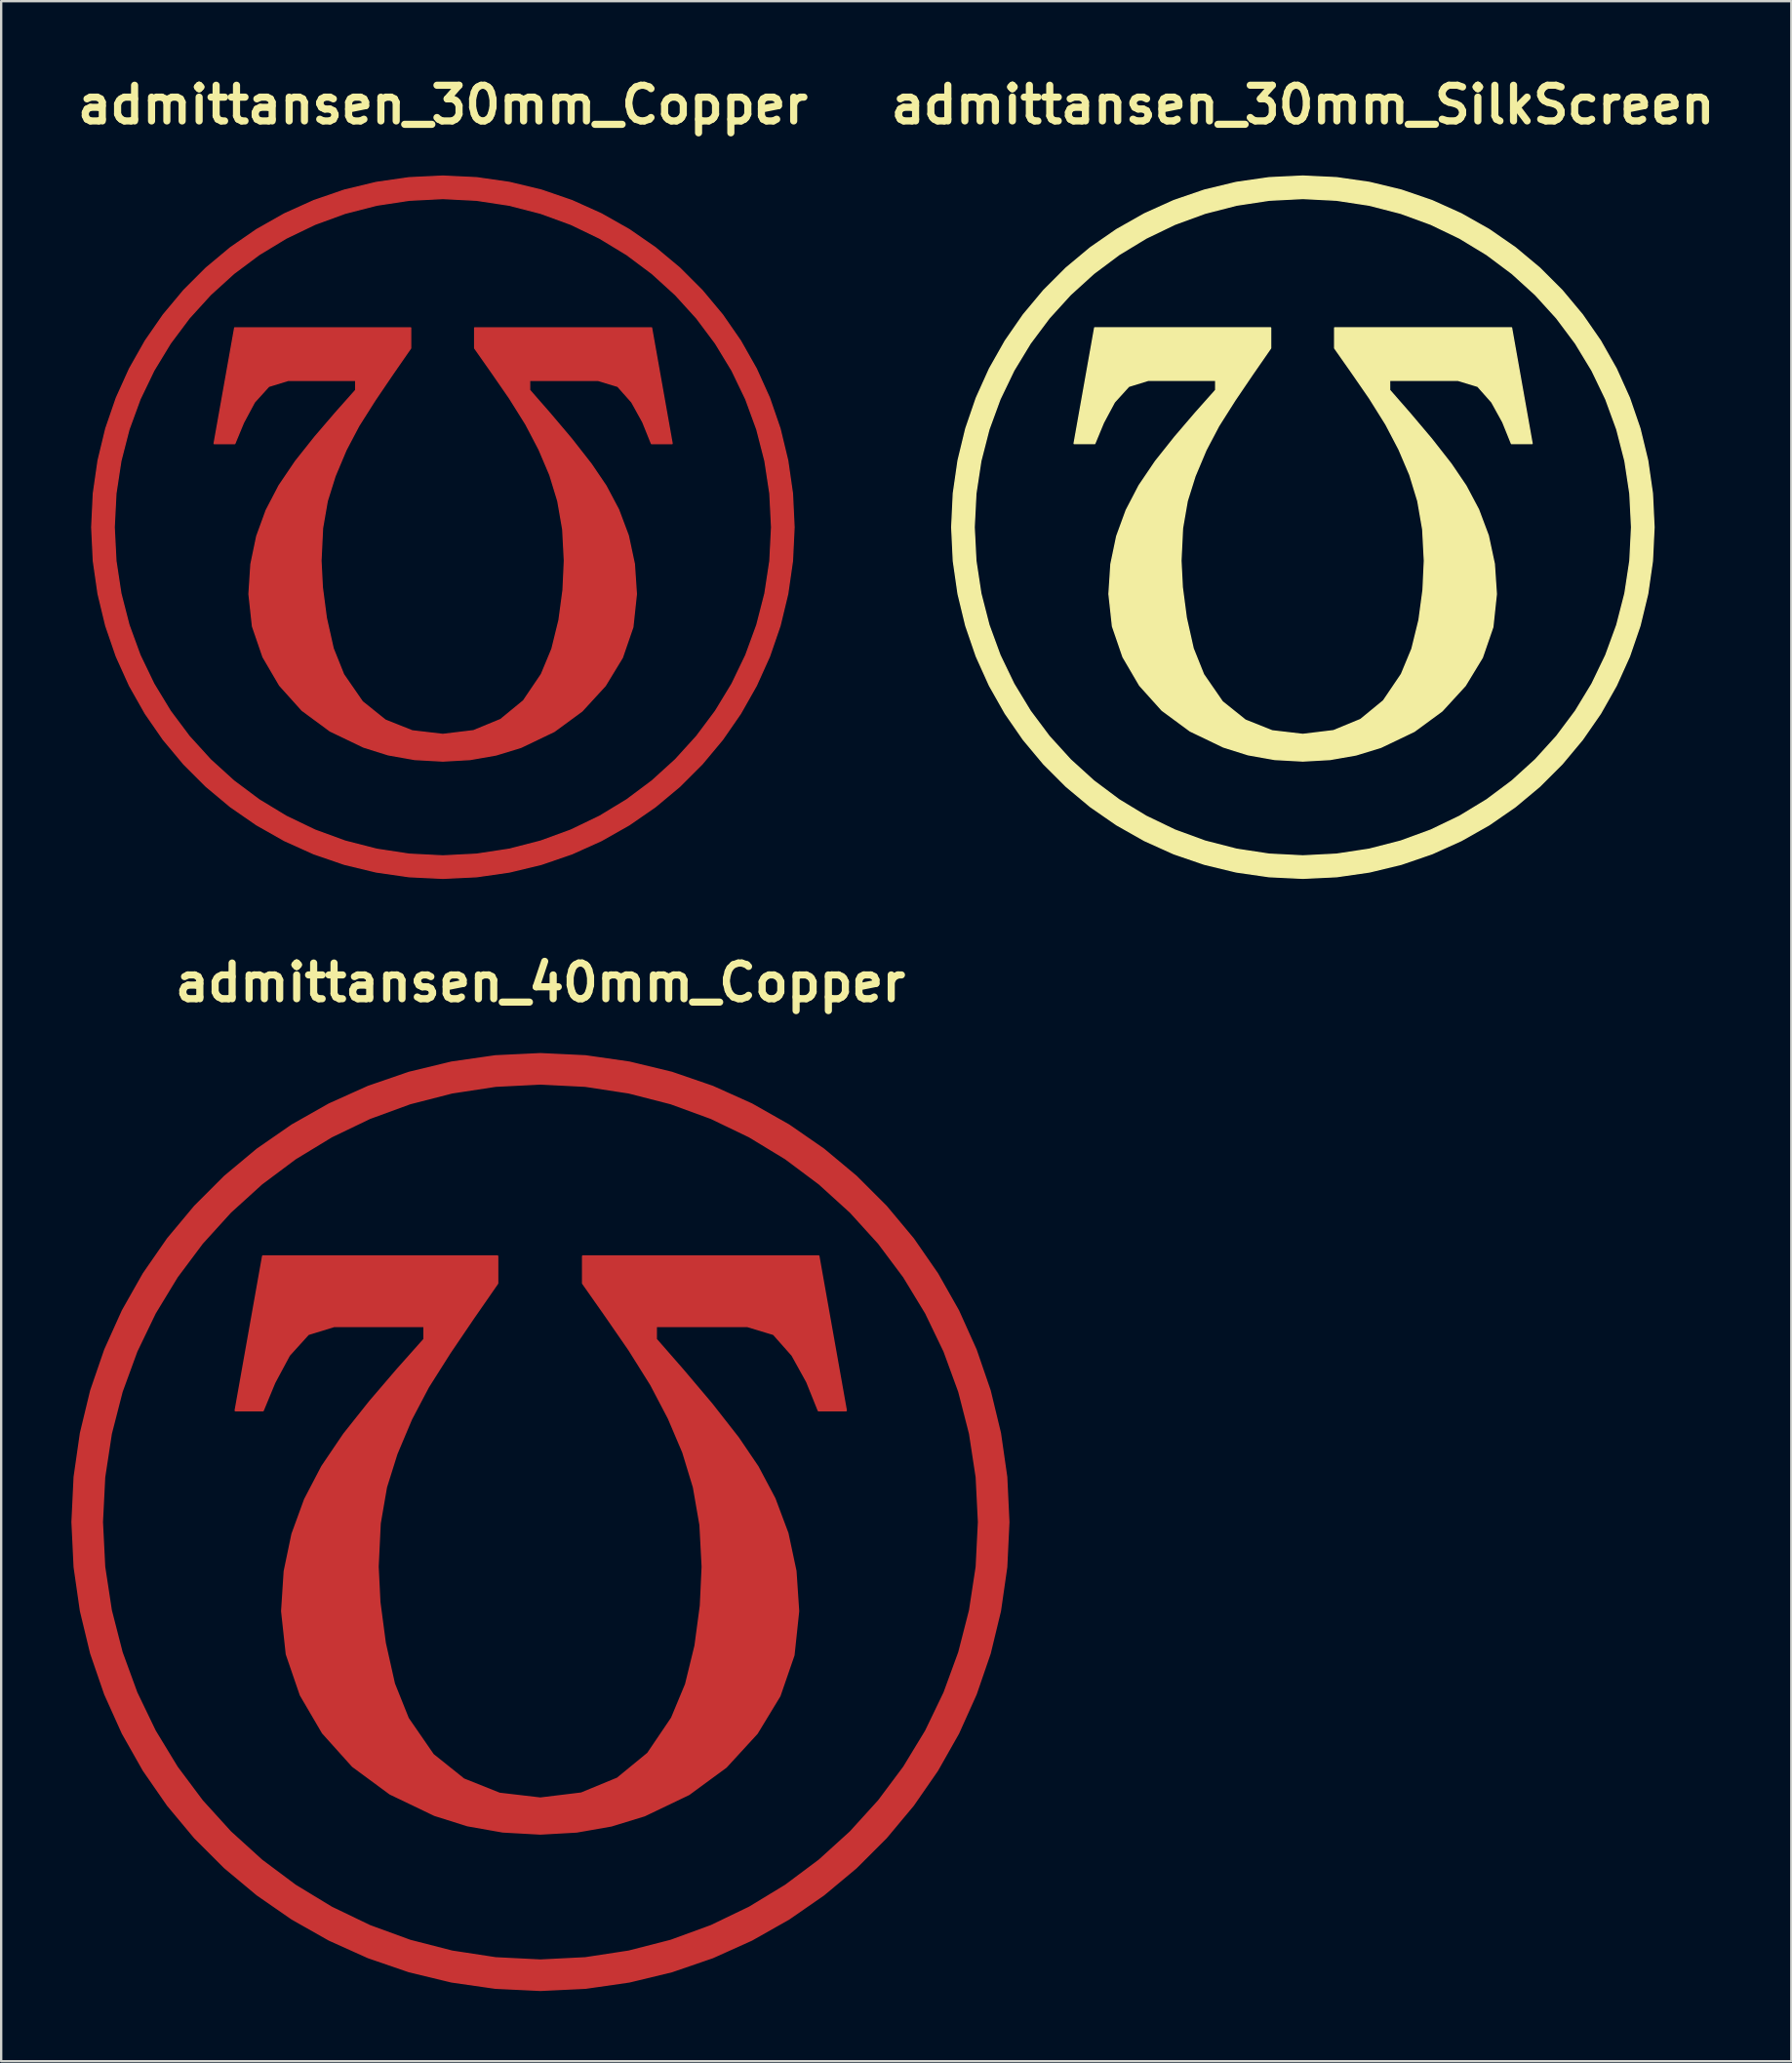
<source format=kicad_pcb>
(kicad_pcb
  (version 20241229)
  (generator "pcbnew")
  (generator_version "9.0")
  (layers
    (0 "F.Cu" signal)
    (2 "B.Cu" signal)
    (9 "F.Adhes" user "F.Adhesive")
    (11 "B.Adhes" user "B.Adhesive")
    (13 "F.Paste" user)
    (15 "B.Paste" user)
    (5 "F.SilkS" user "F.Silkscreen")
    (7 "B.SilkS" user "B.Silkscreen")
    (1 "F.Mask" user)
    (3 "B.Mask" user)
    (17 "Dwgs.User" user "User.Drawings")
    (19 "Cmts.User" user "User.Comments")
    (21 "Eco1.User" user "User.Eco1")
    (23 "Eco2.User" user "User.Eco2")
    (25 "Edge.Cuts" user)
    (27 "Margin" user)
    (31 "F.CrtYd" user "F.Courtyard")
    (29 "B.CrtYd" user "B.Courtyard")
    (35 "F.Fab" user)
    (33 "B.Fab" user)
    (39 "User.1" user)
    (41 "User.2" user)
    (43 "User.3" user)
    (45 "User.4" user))
  (footprint "admittansen_40mm_Copper"
    (layer "F.Cu")
    (at 20.038 61.978)
    (property "Reference" "admittansen_40mm_Copper" (at 0 -23.048 0) (layer "F.SilkS") (effects (font (size 1.524 1.524) (thickness 0.305))))
    (attr exclude_from_pos_files exclude_from_bom)
    (fp_poly (pts (xy -13.028 -4.766) (xy -11.856 -11.355) (xy -1.838 -11.355) (xy -1.838 -10.2) (xy -2.865 -8.719) (xy -3.876 -7.228) (xy -4.797 -5.772) (xy -5.523 -4.393) (xy -6.147 -2.911) (xy -6.593 -1.489) (xy -6.86 0.056) (xy -6.949 1.907) (xy -6.873 3.427) (xy -6.643 5.167) (xy -6.253 6.908) (xy -5.659 8.393) (xy -4.589 9.943) (xy -3.281 10.991) (xy -1.749 11.603) (xy -0.004 11.807) (xy 1.745 11.594) (xy 3.29 10.957) (xy 4.593 9.888) (xy 5.616 8.376) (xy 6.215 6.933) (xy 6.618 5.286) (xy 6.847 3.575) (xy 6.924 1.907) (xy 6.83 0.124) (xy 6.55 -1.489) (xy 6.096 -2.979) (xy 5.481 -4.427) (xy 4.729 -5.862) (xy 3.799 -7.347) (xy 2.785 -8.816) (xy 1.813 -10.2) (xy 1.813 -11.355) (xy 11.882 -11.355) (xy 13.054 -4.766) (xy 11.882 -4.766) (xy 11.39 -5.989) (xy 10.761 -7.127) (xy 9.963 -8.027) (xy 8.843 -8.366) (xy 4.937 -8.366) (xy 4.937 -7.806) (xy 6.083 -6.494) (xy 7.314 -5.038) (xy 8.444 -3.595) (xy 9.284 -2.355) (xy 10.002 -1.001) (xy 10.558 0.481) (xy 10.901 2.094) (xy 11.016 3.809) (xy 10.817 5.689) (xy 10.218 7.426) (xy 9.246 9.026) (xy 7.926 10.465) (xy 6.342 11.628) (xy 4.445 12.537) (xy 3.03 12.971) (xy 1.547 13.231) (xy -0.004 13.318) (xy -1.608 13.229) (xy -3.113 12.963) (xy -4.521 12.52) (xy -6.423 11.607) (xy -8.019 10.431) (xy -9.297 9.009) (xy -10.243 7.392) (xy -10.842 5.647) (xy -11.041 3.809) (xy -10.931 2.102) (xy -10.6 0.515) (xy -10.061 -0.963) (xy -9.326 -2.372) (xy -8.392 -3.752) (xy -7.289 -5.14) (xy -6.121 -6.503) (xy -4.962 -7.806) (xy -4.962 -8.366) (xy -8.817 -8.366) (xy -9.921 -8.027) (xy -10.736 -7.127) (xy -11.364 -5.955) (xy -11.856 -4.766) (xy -13.028 -4.766) (xy -13.028 -4.766)) (stroke (width 0.08) (type solid)) (fill yes) (layer "F.Cu"))
    (fp_poly (pts (xy 0 -20) (xy 0 -18.725) (xy 1.916 -18.629) (xy 3.776 -18.345) (xy 5.571 -17.884) (xy 7.292 -17.255) (xy 8.929 -16.467) (xy 10.473 -15.529) (xy 11.914 -14.452) (xy 13.244 -13.244) (xy 14.452 -11.914) (xy 15.529 -10.473) (xy 16.467 -8.929) (xy 17.255 -7.292) (xy 17.884 -5.571) (xy 18.345 -3.776) (xy 18.629 -1.916) (xy 18.725 0) (xy 18.629 1.916) (xy 18.345 3.776) (xy 17.884 5.571) (xy 17.255 7.292) (xy 16.467 8.929) (xy 15.529 10.473) (xy 14.452 11.914) (xy 13.244 13.244) (xy 11.914 14.452) (xy 10.473 15.529) (xy 8.929 16.467) (xy 7.292 17.255) (xy 5.571 17.884) (xy 3.776 18.345) (xy 1.916 18.629) (xy 0 18.725) (xy -1.916 18.629) (xy -3.776 18.345) (xy -5.571 17.884) (xy -7.292 17.255) (xy -8.929 16.467) (xy -10.473 15.529) (xy -11.914 14.452) (xy -13.244 13.244) (xy -14.452 11.914) (xy -15.529 10.473) (xy -16.467 8.929) (xy -17.255 7.292) (xy -17.884 5.571) (xy -18.345 3.776) (xy -18.629 1.916) (xy -18.725 0) (xy -18.629 -1.916) (xy -18.345 -3.776) (xy -17.884 -5.571) (xy -17.255 -7.292) (xy -16.467 -8.929) (xy -15.529 -10.473) (xy -14.452 -11.914) (xy -13.244 -13.244) (xy -11.914 -14.452) (xy -10.473 -15.529) (xy -8.929 -16.467) (xy -7.292 -17.255) (xy -5.571 -17.884) (xy -3.776 -18.345) (xy -1.916 -18.629) (xy 0 -18.725) (xy 0 -20) (xy -1.925 -19.908) (xy -3.798 -19.639) (xy -5.612 -19.201) (xy -7.357 -18.601) (xy -9.026 -17.85) (xy -10.609 -16.954) (xy -12.099 -15.922) (xy -13.486 -14.764) (xy -14.764 -13.486) (xy -15.922 -12.099) (xy -16.954 -10.609) (xy -17.85 -9.026) (xy -18.601 -7.357) (xy -19.201 -5.612) (xy -19.639 -3.798) (xy -19.908 -1.925) (xy -20 0) (xy -19.908 1.925) (xy -19.639 3.798) (xy -19.201 5.612) (xy -18.601 7.357) (xy -17.85 9.026) (xy -16.954 10.609) (xy -15.922 12.099) (xy -14.764 13.486) (xy -13.486 14.764) (xy -12.099 15.922) (xy -10.609 16.954) (xy -9.026 17.85) (xy -7.357 18.601) (xy -5.612 19.201) (xy -3.798 19.639) (xy -1.925 19.908) (xy 0 20) (xy 1.925 19.908) (xy 3.798 19.639) (xy 5.612 19.201) (xy 7.357 18.601) (xy 9.026 17.85) (xy 10.609 16.954) (xy 12.099 15.922) (xy 13.486 14.764) (xy 14.764 13.486) (xy 15.922 12.099) (xy 16.954 10.609) (xy 17.85 9.026) (xy 18.601 7.357) (xy 19.201 5.612) (xy 19.639 3.798) (xy 19.908 1.925) (xy 20 0) (xy 19.908 -1.925) (xy 19.639 -3.798) (xy 19.201 -5.612) (xy 18.601 -7.357) (xy 17.85 -9.026) (xy 16.954 -10.609) (xy 15.922 -12.099) (xy 14.764 -13.486) (xy 13.486 -14.764) (xy 12.099 -15.922) (xy 10.609 -16.954) (xy 9.026 -17.85) (xy 7.357 -18.601) (xy 5.612 -19.201) (xy 3.798 -19.639) (xy 1.925 -19.908) (xy 0 -20)) (stroke (width 0.076) (type solid)) (fill yes) (layer "F.Cu")))
  (footprint "admittansen_30mm_Copper"
    (layer "F.Cu")
    (at 15.871 19.475)
    (property "Reference" "admittansen_30mm_Copper" (at 0 -18.048 0) (layer "F.SilkS") (effects (font (size 1.524 1.524) (thickness 0.305))))
    (attr exclude_from_pos_files exclude_from_bom)
    (fp_poly (pts (xy -9.771 -3.575) (xy -8.892 -8.516) (xy -1.379 -8.516) (xy -1.379 -7.65) (xy -2.149 -6.539) (xy -2.907 -5.421) (xy -3.598 -4.329) (xy -4.142 -3.295) (xy -4.61 -2.183) (xy -4.944 -1.117) (xy -5.145 0.042) (xy -5.212 1.43) (xy -5.154 2.57) (xy -4.983 3.875) (xy -4.69 5.181) (xy -4.244 6.295) (xy -3.442 7.457) (xy -2.461 8.244) (xy -1.312 8.702) (xy -0.003 8.855) (xy 1.309 8.696) (xy 2.468 8.218) (xy 3.445 7.416) (xy 4.212 6.282) (xy 4.661 5.2) (xy 4.964 3.965) (xy 5.136 2.681) (xy 5.193 1.43) (xy 5.123 0.093) (xy 4.913 -1.117) (xy 4.572 -2.234) (xy 4.11 -3.32) (xy 3.547 -4.396) (xy 2.85 -5.511) (xy 2.089 -6.612) (xy 1.36 -7.65) (xy 1.36 -8.516) (xy 8.912 -8.516) (xy 9.79 -3.575) (xy 8.912 -3.575) (xy 8.542 -4.492) (xy 8.071 -5.345) (xy 7.472 -6.02) (xy 6.632 -6.275) (xy 3.703 -6.275) (xy 3.703 -5.854) (xy 4.562 -4.871) (xy 5.486 -3.779) (xy 6.333 -2.696) (xy 6.963 -1.766) (xy 7.501 -0.751) (xy 7.918 0.36) (xy 8.176 1.57) (xy 8.262 2.857) (xy 8.112 4.267) (xy 7.664 5.569) (xy 6.934 6.769) (xy 5.944 7.849) (xy 4.757 8.721) (xy 3.334 9.403) (xy 2.272 9.728) (xy 1.16 9.923) (xy -0.003 9.988) (xy -1.206 9.922) (xy -2.335 9.722) (xy -3.391 9.39) (xy -4.817 8.705) (xy -6.014 7.823) (xy -6.972 6.757) (xy -7.682 5.544) (xy -8.131 4.235) (xy -8.281 2.857) (xy -8.198 1.577) (xy -7.95 0.386) (xy -7.546 -0.722) (xy -6.995 -1.779) (xy -6.294 -2.814) (xy -5.467 -3.855) (xy -4.591 -4.877) (xy -3.722 -5.854) (xy -3.722 -6.275) (xy -6.613 -6.275) (xy -7.44 -6.02) (xy -8.052 -5.345) (xy -8.523 -4.466) (xy -8.892 -3.575) (xy -9.771 -3.575)) (stroke (width 0.06) (type solid)) (fill yes) (layer "F.Cu"))
    (fp_poly (pts (xy 0 -15) (xy 0 -14.044) (xy 1.437 -13.971) (xy 2.832 -13.759) (xy 4.178 -13.413) (xy 5.469 -12.941) (xy 6.697 -12.35) (xy 7.855 -11.647) (xy 8.936 -10.839) (xy 9.933 -9.933) (xy 10.839 -8.936) (xy 11.647 -7.855) (xy 12.35 -6.697) (xy 12.941 -5.469) (xy 13.413 -4.178) (xy 13.759 -2.832) (xy 13.971 -1.437) (xy 14.044 0) (xy 13.971 1.437) (xy 13.759 2.832) (xy 13.413 4.178) (xy 12.941 5.469) (xy 12.35 6.697) (xy 11.647 7.855) (xy 10.839 8.936) (xy 9.933 9.933) (xy 8.936 10.839) (xy 7.855 11.647) (xy 6.697 12.35) (xy 5.469 12.941) (xy 4.178 13.413) (xy 2.832 13.759) (xy 1.437 13.971) (xy 0 14.044) (xy -1.437 13.971) (xy -2.832 13.759) (xy -4.178 13.413) (xy -5.469 12.941) (xy -6.697 12.35) (xy -7.855 11.647) (xy -8.936 10.839) (xy -9.933 9.933) (xy -10.839 8.936) (xy -11.647 7.855) (xy -12.35 6.697) (xy -12.941 5.469) (xy -13.413 4.178) (xy -13.759 2.832) (xy -13.971 1.437) (xy -14.044 0) (xy -13.971 -1.437) (xy -13.759 -2.832) (xy -13.413 -4.178) (xy -12.941 -5.469) (xy -12.35 -6.697) (xy -11.647 -7.855) (xy -10.839 -8.936) (xy -9.933 -9.933) (xy -8.936 -10.839) (xy -7.855 -11.647) (xy -6.697 -12.35) (xy -5.469 -12.941) (xy -4.178 -13.413) (xy -2.832 -13.759) (xy -1.437 -13.971) (xy 0 -14.044) (xy 0 -15) (xy -1.444 -14.931) (xy -2.849 -14.729) (xy -4.209 -14.401) (xy -5.518 -13.951) (xy -6.769 -13.387) (xy -7.957 -12.715) (xy -9.074 -11.942) (xy -10.115 -11.073) (xy -11.073 -10.115) (xy -11.942 -9.074) (xy -12.715 -7.957) (xy -13.387 -6.769) (xy -13.951 -5.518) (xy -14.401 -4.209) (xy -14.729 -2.849) (xy -14.931 -1.444) (xy -15 0) (xy -14.931 1.444) (xy -14.729 2.849) (xy -14.401 4.209) (xy -13.951 5.518) (xy -13.387 6.769) (xy -12.715 7.957) (xy -11.942 9.074) (xy -11.073 10.115) (xy -10.115 11.073) (xy -9.074 11.942) (xy -7.957 12.715) (xy -6.769 13.387) (xy -5.518 13.951) (xy -4.209 14.401) (xy -2.849 14.729) (xy -1.444 14.931) (xy 0 15) (xy 1.444 14.931) (xy 2.849 14.729) (xy 4.209 14.401) (xy 5.518 13.951) (xy 6.769 13.387) (xy 7.957 12.715) (xy 9.074 11.942) (xy 10.115 11.073) (xy 11.073 10.115) (xy 11.942 9.074) (xy 12.715 7.957) (xy 13.387 6.769) (xy 13.951 5.518) (xy 14.401 4.209) (xy 14.729 2.849) (xy 14.931 1.444) (xy 15 0) (xy 14.931 -1.444) (xy 14.729 -2.849) (xy 14.401 -4.209) (xy 13.951 -5.518) (xy 13.387 -6.769) (xy 12.715 -7.957) (xy 11.942 -9.074) (xy 11.073 -10.115) (xy 10.115 -11.073) (xy 9.074 -11.942) (xy 7.957 -12.715) (xy 6.769 -13.387) (xy 5.518 -13.951) (xy 4.209 -14.401) (xy 2.849 -14.729) (xy 1.444 -14.931) (xy 0 -15)) (stroke (width 0.057) (type solid)) (fill yes) (layer "F.Cu")))
  (footprint "admittansen_30mm_SilkScreen"
    (layer "F.Cu")
    (at 52.61 19.474)
    (property "Reference" "admittansen_30mm_SilkScreen" (at 0 -18.048 0) (layer "F.SilkS") (effects (font (size 1.524 1.524) (thickness 0.305))))
    (attr exclude_from_pos_files exclude_from_bom)
    (fp_poly (pts (xy -9.771 -3.575) (xy -8.892 -8.516) (xy -1.379 -8.516) (xy -1.379 -7.65) (xy -2.149 -6.539) (xy -2.907 -5.421) (xy -3.598 -4.329) (xy -4.142 -3.295) (xy -4.61 -2.183) (xy -4.944 -1.117) (xy -5.145 0.042) (xy -5.212 1.43) (xy -5.154 2.57) (xy -4.983 3.875) (xy -4.69 5.181) (xy -4.244 6.295) (xy -3.442 7.457) (xy -2.461 8.244) (xy -1.312 8.702) (xy -0.003 8.855) (xy 1.309 8.696) (xy 2.468 8.218) (xy 3.445 7.416) (xy 4.212 6.282) (xy 4.661 5.2) (xy 4.964 3.965) (xy 5.136 2.681) (xy 5.193 1.43) (xy 5.123 0.093) (xy 4.913 -1.117) (xy 4.572 -2.234) (xy 4.11 -3.32) (xy 3.547 -4.396) (xy 2.85 -5.51) (xy 2.089 -6.612) (xy 1.36 -7.65) (xy 1.36 -8.516) (xy 8.912 -8.516) (xy 9.79 -3.575) (xy 8.912 -3.575) (xy 8.542 -4.492) (xy 8.071 -5.345) (xy 7.472 -6.02) (xy 6.632 -6.275) (xy 3.703 -6.275) (xy 3.703 -5.854) (xy 4.562 -4.871) (xy 5.486 -3.778) (xy 6.333 -2.696) (xy 6.963 -1.766) (xy 7.501 -0.751) (xy 7.918 0.36) (xy 8.176 1.57) (xy 8.262 2.857) (xy 8.112 4.267) (xy 7.663 5.569) (xy 6.934 6.769) (xy 5.944 7.849) (xy 4.757 8.721) (xy 3.334 9.402) (xy 2.272 9.728) (xy 1.16 9.923) (xy -0.003 9.988) (xy -1.206 9.922) (xy -2.335 9.722) (xy -3.391 9.39) (xy -4.817 8.705) (xy -6.014 7.823) (xy -6.972 6.757) (xy -7.682 5.544) (xy -8.131 4.235) (xy -8.281 2.857) (xy -8.198 1.577) (xy -7.95 0.386) (xy -7.545 -0.722) (xy -6.995 -1.779) (xy -6.294 -2.814) (xy -5.466 -3.855) (xy -4.591 -4.877) (xy -3.722 -5.854) (xy -3.722 -6.275) (xy -6.613 -6.275) (xy -7.44 -6.02) (xy -8.052 -5.345) (xy -8.523 -4.466) (xy -8.892 -3.575) (xy -9.771 -3.575) (xy -9.771 -3.575)) (stroke (width 0.06) (type solid)) (fill yes) (layer "F.SilkS"))
    (fp_poly (pts (xy 0 -15) (xy 0 -14.044) (xy 1.437 -13.971) (xy 2.832 -13.759) (xy 4.178 -13.413) (xy 5.469 -12.941) (xy 6.697 -12.35) (xy 7.855 -11.647) (xy 8.936 -10.839) (xy 9.933 -9.933) (xy 10.839 -8.936) (xy 11.647 -7.855) (xy 12.35 -6.697) (xy 12.941 -5.469) (xy 13.413 -4.178) (xy 13.759 -2.832) (xy 13.971 -1.437) (xy 14.044 0) (xy 13.971 1.437) (xy 13.759 2.832) (xy 13.413 4.178) (xy 12.941 5.469) (xy 12.35 6.697) (xy 11.647 7.855) (xy 10.839 8.936) (xy 9.933 9.933) (xy 8.936 10.839) (xy 7.855 11.647) (xy 6.697 12.35) (xy 5.469 12.941) (xy 4.178 13.413) (xy 2.832 13.759) (xy 1.437 13.971) (xy 0 14.044) (xy -1.437 13.971) (xy -2.832 13.759) (xy -4.178 13.413) (xy -5.469 12.941) (xy -6.697 12.35) (xy -7.855 11.647) (xy -8.936 10.839) (xy -9.933 9.933) (xy -10.839 8.936) (xy -11.647 7.855) (xy -12.35 6.697) (xy -12.941 5.469) (xy -13.413 4.178) (xy -13.759 2.832) (xy -13.971 1.437) (xy -14.044 0) (xy -13.971 -1.437) (xy -13.759 -2.832) (xy -13.413 -4.178) (xy -12.941 -5.469) (xy -12.35 -6.697) (xy -11.647 -7.855) (xy -10.839 -8.936) (xy -9.933 -9.933) (xy -8.936 -10.839) (xy -7.855 -11.647) (xy -6.697 -12.35) (xy -5.469 -12.941) (xy -4.178 -13.413) (xy -2.832 -13.759) (xy -1.437 -13.971) (xy 0 -14.044) (xy 0 -15) (xy -1.444 -14.931) (xy -2.849 -14.729) (xy -4.209 -14.4) (xy -5.518 -13.951) (xy -6.769 -13.387) (xy -7.957 -12.715) (xy -9.074 -11.942) (xy -10.115 -11.073) (xy -11.073 -10.115) (xy -11.942 -9.074) (xy -12.715 -7.957) (xy -13.387 -6.769) (xy -13.951 -5.518) (xy -14.4 -4.209) (xy -14.729 -2.849) (xy -14.931 -1.444) (xy -15 0) (xy -14.931 1.444) (xy -14.729 2.849) (xy -14.4 4.209) (xy -13.951 5.518) (xy -13.387 6.769) (xy -12.715 7.957) (xy -11.942 9.074) (xy -11.073 10.115) (xy -10.115 11.073) (xy -9.074 11.942) (xy -7.957 12.715) (xy -6.769 13.387) (xy -5.518 13.951) (xy -4.209 14.4) (xy -2.849 14.729) (xy -1.444 14.931) (xy 0 15) (xy 1.444 14.931) (xy 2.849 14.729) (xy 4.209 14.4) (xy 5.518 13.951) (xy 6.769 13.387) (xy 7.957 12.715) (xy 9.074 11.942) (xy 10.115 11.073) (xy 11.073 10.115) (xy 11.942 9.074) (xy 12.715 7.957) (xy 13.387 6.769) (xy 13.951 5.518) (xy 14.4 4.209) (xy 14.729 2.849) (xy 14.931 1.444) (xy 15 0) (xy 14.931 -1.444) (xy 14.729 -2.849) (xy 14.4 -4.209) (xy 13.951 -5.518) (xy 13.387 -6.769) (xy 12.715 -7.957) (xy 11.942 -9.074) (xy 11.073 -10.115) (xy 10.115 -11.073) (xy 9.074 -11.942) (xy 7.957 -12.715) (xy 6.769 -13.387) (xy 5.518 -13.951) (xy 4.209 -14.4) (xy 2.849 -14.729) (xy 1.444 -14.931) (xy 0 -15)) (stroke (width 0.057) (type solid)) (fill yes) (layer "F.SilkS")))
  (gr_rect
    (start -3 -3)
    (end 73.477 85.016)
    (stroke (width 0.1) (type default))
    (fill no)
    (layer "Edge.Cuts")))
</source>
